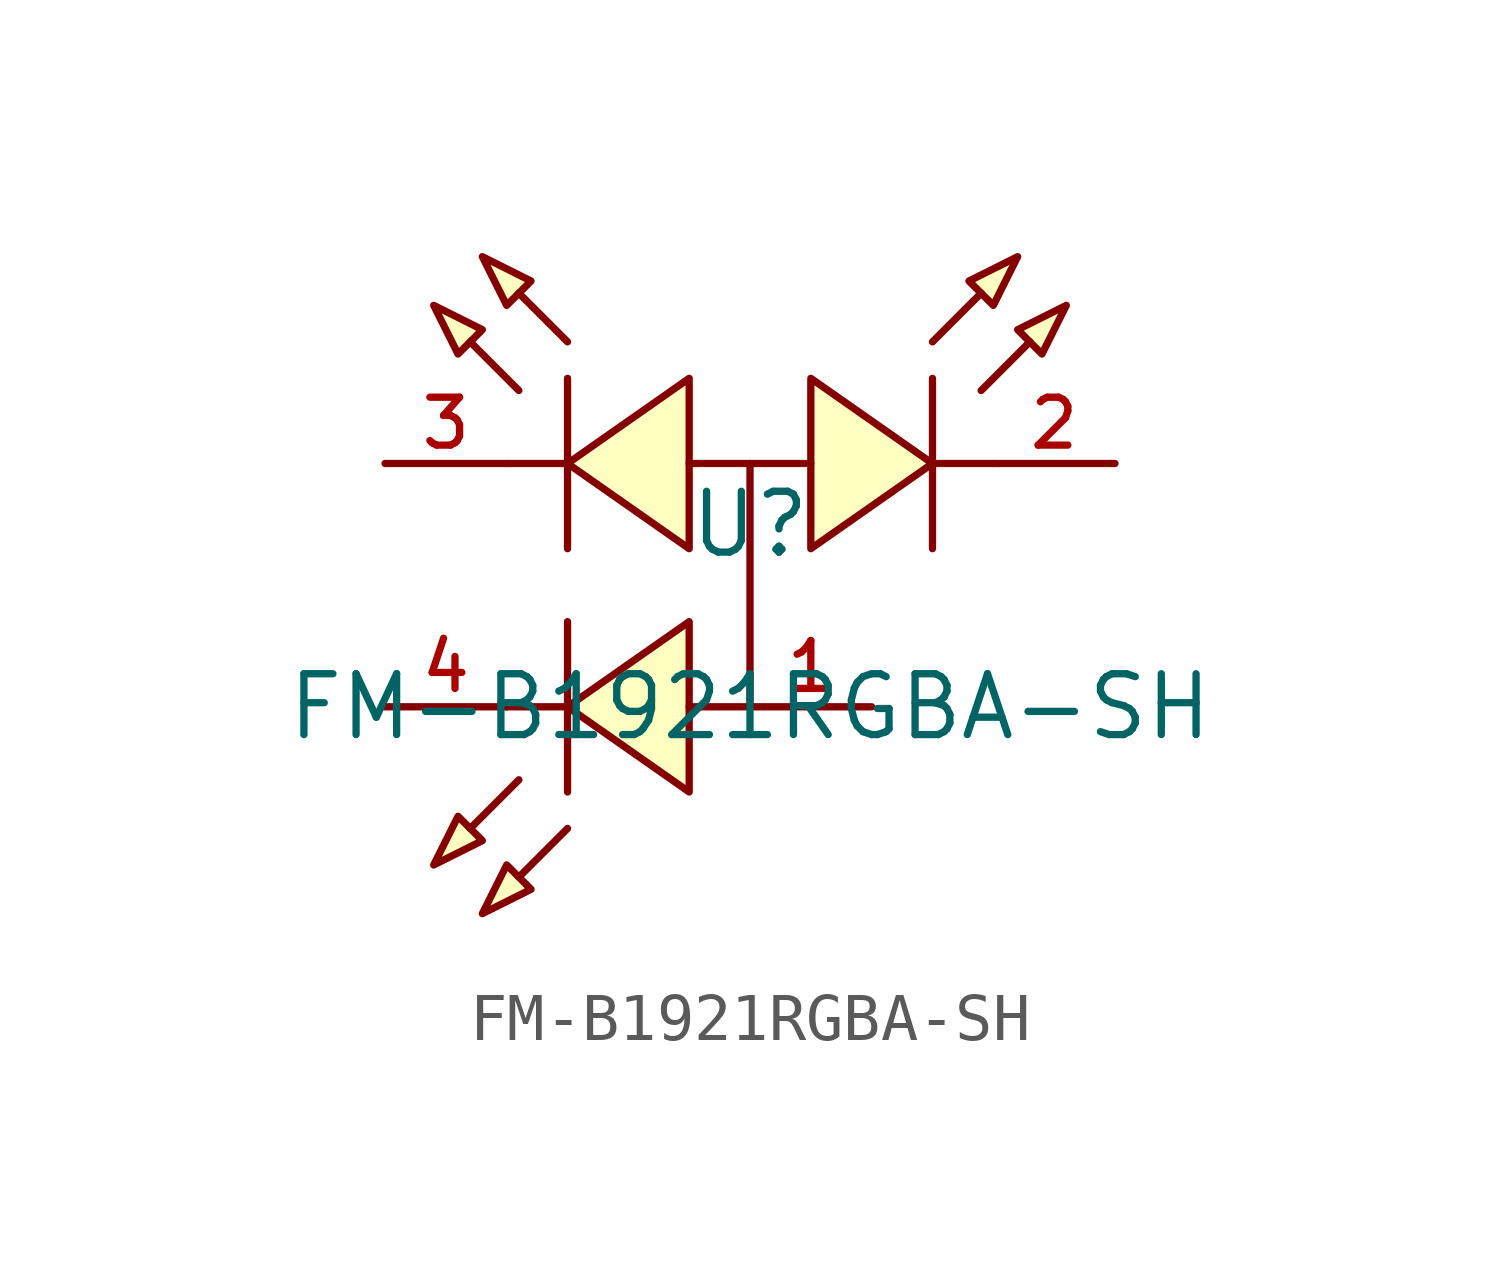
<source format=kicad_sym>
(kicad_symbol_lib
  (version 20210201)
  (generator TousstNicolas/JLC2KiCad_lib)
  (symbol "FM-B1921RGBA-SH"
    (pin_names hide)
    (property "Reference" "U"
      (at 0 1.27 0)
      (effects (font (size 1.27 1.27))))
    (property "Value" "FM-B1921RGBA-SH"
      (at 0 -2.54 0)
      (effects (font (size 1.27 1.27))))
    (symbol "FM-B1921RGBA-SH_0_1"
      (polyline (pts (xy -6.604 5.842) (xy -5.588 5.334) (xy -6.096 4.826) (xy -6.604 5.842)) (stroke (width 0) (type default) (color 0 0 0 0)) (fill (type background)))
      (polyline (pts (xy -5.588 6.858) (xy -4.572 6.35) (xy -5.08 5.842) (xy -5.588 6.858)) (stroke (width 0) (type default) (color 0 0 0 0)) (fill (type background)))
      (polyline (pts (xy -4.826 4.064) (xy -5.842 5.08)) (stroke (width 0) (type default) (color 0 0 0 0)) (fill (type none)))
      (polyline (pts (xy -3.81 5.08) (xy -4.826 6.096)) (stroke (width 0) (type default) (color 0 0 0 0)) (fill (type none)))
      (polyline (pts (xy -3.81 2.54) (xy -5.08 2.54)) (stroke (width 0) (type default) (color 0 0 0 0)) (fill (type none)))
      (polyline (pts (xy 0.0 2.54) (xy -1.27 2.54)) (stroke (width 0) (type default) (color 0 0 0 0)) (fill (type none)))
      (polyline (pts (xy -3.81 4.318) (xy -3.81 0.762)) (stroke (width 0) (type default) (color 0 0 0 0)) (fill (type none)))
      (polyline (pts (xy -1.27 4.318) (xy -3.81 2.54) (xy -1.27 0.762) (xy -1.27 4.318)) (stroke (width 0) (type default) (color 0 0 0 0)) (fill (type background)))
      (pin unspecified line (at -7.62 2.54 0) (length 2.54) (name "G-" (effects (font (size 1 1)))) (number "3" (effects (font (size 1 1)))))
      (pin unspecified line (at 2.54 -2.54 180) (length 2.54) (name "+" (effects (font (size 1 1)))) (number "1" (effects (font (size 1 1)))))
      (pin unspecified line (at -7.62 -2.54 0) (length 2.54) (name "B-" (effects (font (size 1 1)))) (number "4" (effects (font (size 1 1)))))
      (polyline (pts (xy -1.27 -4.318) (xy -3.81 -2.54) (xy -1.27 -0.762) (xy -1.27 -4.318)) (stroke (width 0) (type default) (color 0 0 0 0)) (fill (type background)))
      (polyline (pts (xy -3.81 -4.318) (xy -3.81 -0.762)) (stroke (width 0) (type default) (color 0 0 0 0)) (fill (type none)))
      (polyline (pts (xy 0.0 2.54) (xy 0.0 -2.54) (xy -1.27 -2.54)) (stroke (width 0) (type default) (color 0 0 0 0)) (fill (type none)))
      (polyline (pts (xy -3.81 -2.54) (xy -5.08 -2.54)) (stroke (width 0) (type default) (color 0 0 0 0)) (fill (type none)))
      (polyline (pts (xy -3.81 -5.08) (xy -4.826 -6.096)) (stroke (width 0) (type default) (color 0 0 0 0)) (fill (type none)))
      (polyline (pts (xy -4.826 -4.064) (xy -5.842 -5.08)) (stroke (width 0) (type default) (color 0 0 0 0)) (fill (type none)))
      (polyline (pts (xy -5.588 -6.858) (xy -4.572 -6.35) (xy -5.08 -5.842) (xy -5.588 -6.858)) (stroke (width 0) (type default) (color 0 0 0 0)) (fill (type background)))
      (polyline (pts (xy -6.604 -5.842) (xy -5.588 -5.334) (xy -6.096 -4.826) (xy -6.604 -5.842)) (stroke (width 0) (type default) (color 0 0 0 0)) (fill (type background)))
      (pin unspecified line (at 7.62 2.54 180) (length 2.54) (name "R-" (effects (font (size 1 1)))) (number "2" (effects (font (size 1 1)))))
      (polyline (pts (xy 1.27 4.318) (xy 3.81 2.54) (xy 1.27 0.762) (xy 1.27 4.318)) (stroke (width 0) (type default) (color 0 0 0 0)) (fill (type background)))
      (polyline (pts (xy 3.81 4.318) (xy 3.81 0.762)) (stroke (width 0) (type default) (color 0 0 0 0)) (fill (type none)))
      (polyline (pts (xy 0.0 2.54) (xy 1.27 2.54)) (stroke (width 0) (type default) (color 0 0 0 0)) (fill (type none)))
      (polyline (pts (xy 3.81 2.54) (xy 5.08 2.54)) (stroke (width 0) (type default) (color 0 0 0 0)) (fill (type none)))
      (polyline (pts (xy 3.81 5.08) (xy 4.826 6.096)) (stroke (width 0) (type default) (color 0 0 0 0)) (fill (type none)))
      (polyline (pts (xy 4.826 4.064) (xy 5.842 5.08)) (stroke (width 0) (type default) (color 0 0 0 0)) (fill (type none)))
      (polyline (pts (xy 5.588 6.858) (xy 4.572 6.35) (xy 5.08 5.842) (xy 5.588 6.858)) (stroke (width 0) (type default) (color 0 0 0 0)) (fill (type background)))
      (polyline (pts (xy 6.604 5.842) (xy 5.588 5.334) (xy 6.096 4.826) (xy 6.604 5.842)) (stroke (width 0) (type default) (color 0 0 0 0)) (fill (type background))))))
</source>
